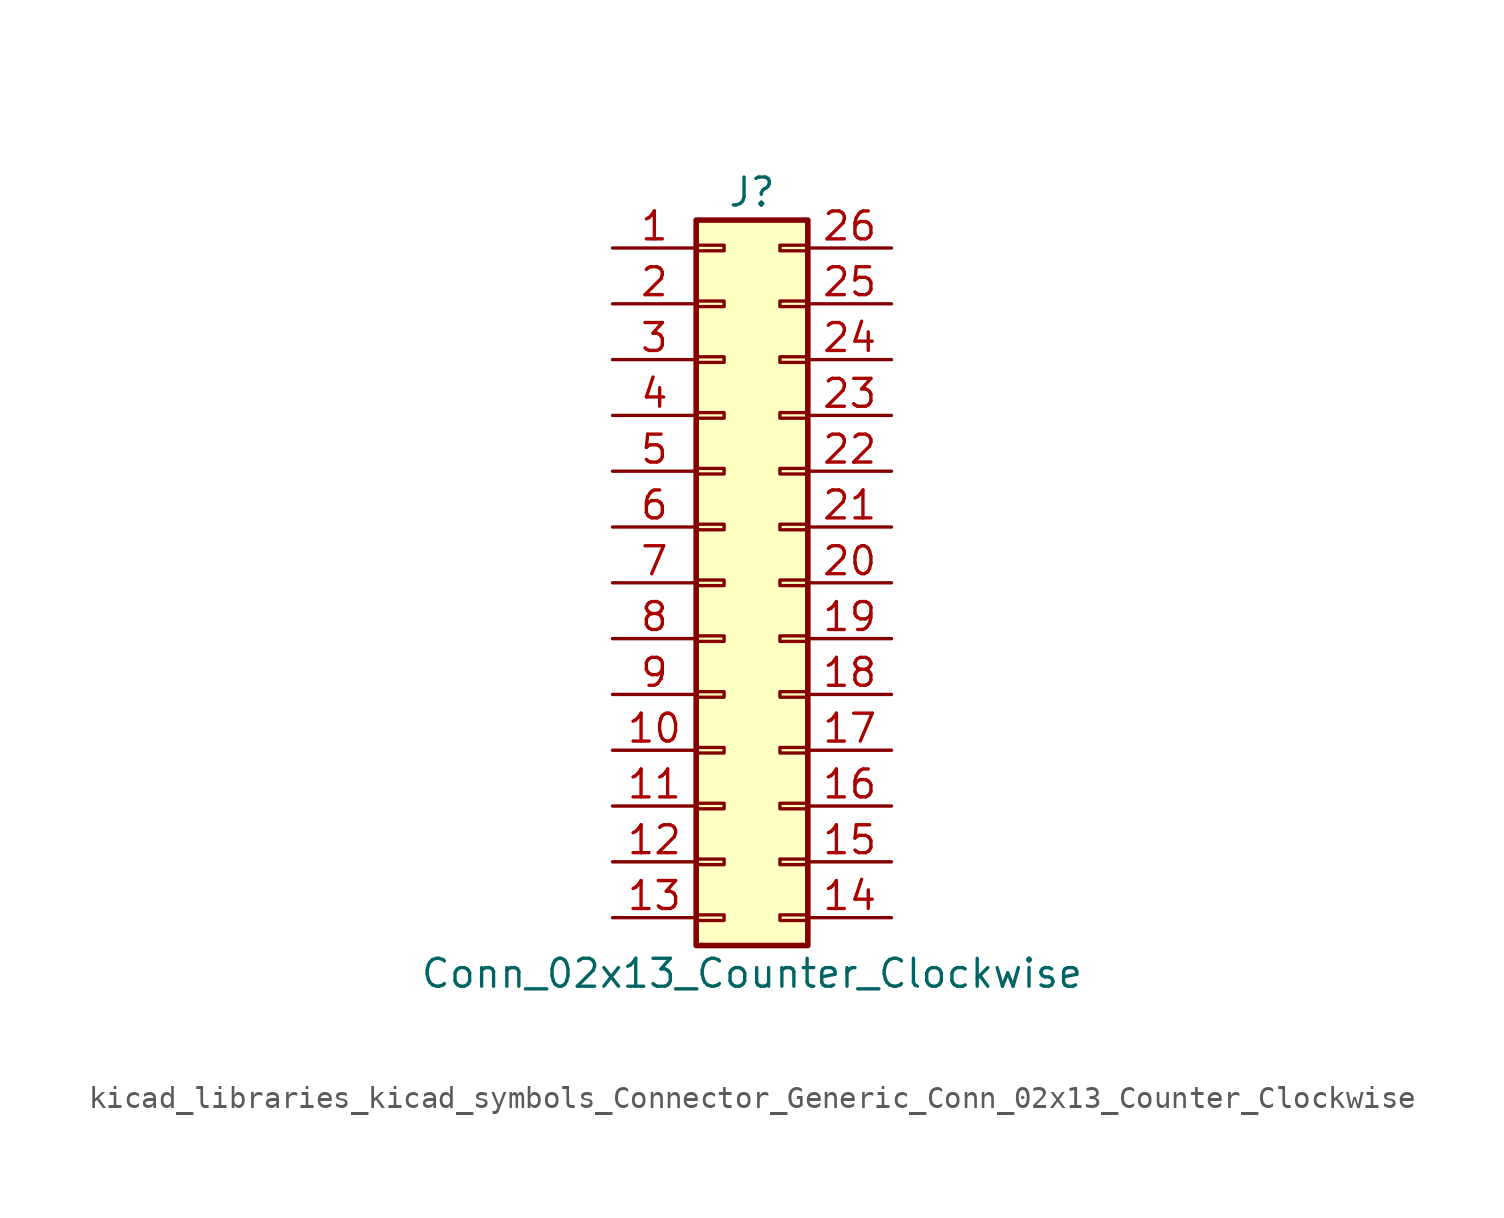
<source format=kicad_sym>
(kicad_symbol_lib
  (version 20220914)
  (generator kicad_symbol_editor)
  (symbol "kicad_libraries_kicad_symbols_Connector_Generic_Conn_02x13_Counter_Clockwise"
    (pin_names
      (offset 1.016) hide)
    (property "Reference" "J"
      (at 1.27 17.78 0)
      (effects (font (size 1.27 1.27))))
    (property "Value" "Conn_02x13_Counter_Clockwise"
      (at 1.27 -17.78 0)
      (effects (font (size 1.27 1.27))))
    (symbol "kicad_libraries_kicad_symbols_Connector_Generic_Conn_02x13_Counter_Clockwise_1_1"
      (rectangle (start -1.27 -15.113) (end 0 -15.367) (stroke (width 0.152) (type default)) (fill (type none)))
      (rectangle (start -1.27 -12.573) (end 0 -12.827) (stroke (width 0.152) (type default)) (fill (type none)))
      (rectangle (start -1.27 -10.033) (end 0 -10.287) (stroke (width 0.152) (type default)) (fill (type none)))
      (rectangle (start -1.27 -7.493) (end 0 -7.747) (stroke (width 0.152) (type default)) (fill (type none)))
      (rectangle (start -1.27 -4.953) (end 0 -5.207) (stroke (width 0.152) (type default)) (fill (type none)))
      (rectangle (start -1.27 -2.413) (end 0 -2.667) (stroke (width 0.152) (type default)) (fill (type none)))
      (rectangle (start -1.27 0.127) (end 0 -0.127) (stroke (width 0.152) (type default)) (fill (type none)))
      (rectangle (start -1.27 2.667) (end 0 2.413) (stroke (width 0.152) (type default)) (fill (type none)))
      (rectangle (start -1.27 5.207) (end 0 4.953) (stroke (width 0.152) (type default)) (fill (type none)))
      (rectangle (start -1.27 7.747) (end 0 7.493) (stroke (width 0.152) (type default)) (fill (type none)))
      (rectangle (start -1.27 10.287) (end 0 10.033) (stroke (width 0.152) (type default)) (fill (type none)))
      (rectangle (start -1.27 12.827) (end 0 12.573) (stroke (width 0.152) (type default)) (fill (type none)))
      (rectangle (start -1.27 15.367) (end 0 15.113) (stroke (width 0.152) (type default)) (fill (type none)))
      (rectangle (start -1.27 16.51) (end 3.81 -16.51) (stroke (width 0.254) (type default)) (fill (type background)))
      (rectangle (start 3.81 -15.113) (end 2.54 -15.367) (stroke (width 0.152) (type default)) (fill (type none)))
      (rectangle (start 3.81 -12.573) (end 2.54 -12.827) (stroke (width 0.152) (type default)) (fill (type none)))
      (rectangle (start 3.81 -10.033) (end 2.54 -10.287) (stroke (width 0.152) (type default)) (fill (type none)))
      (rectangle (start 3.81 -7.493) (end 2.54 -7.747) (stroke (width 0.152) (type default)) (fill (type none)))
      (rectangle (start 3.81 -4.953) (end 2.54 -5.207) (stroke (width 0.152) (type default)) (fill (type none)))
      (rectangle (start 3.81 -2.413) (end 2.54 -2.667) (stroke (width 0.152) (type default)) (fill (type none)))
      (rectangle (start 3.81 0.127) (end 2.54 -0.127) (stroke (width 0.152) (type default)) (fill (type none)))
      (rectangle (start 3.81 2.667) (end 2.54 2.413) (stroke (width 0.152) (type default)) (fill (type none)))
      (rectangle (start 3.81 5.207) (end 2.54 4.953) (stroke (width 0.152) (type default)) (fill (type none)))
      (rectangle (start 3.81 7.747) (end 2.54 7.493) (stroke (width 0.152) (type default)) (fill (type none)))
      (rectangle (start 3.81 10.287) (end 2.54 10.033) (stroke (width 0.152) (type default)) (fill (type none)))
      (rectangle (start 3.81 12.827) (end 2.54 12.573) (stroke (width 0.152) (type default)) (fill (type none)))
      (rectangle (start 3.81 15.367) (end 2.54 15.113) (stroke (width 0.152) (type default)) (fill (type none)))
      (pin passive line (at -5.08 15.24 0) (length 3.81) (name "Pin_1" (effects (font (size 1.27 1.27)))) (number "1" (effects (font (size 1.27 1.27)))))
      (pin passive line (at -5.08 -7.62 0) (length 3.81) (name "Pin_10" (effects (font (size 1.27 1.27)))) (number "10" (effects (font (size 1.27 1.27)))))
      (pin passive line (at -5.08 -10.16 0) (length 3.81) (name "Pin_11" (effects (font (size 1.27 1.27)))) (number "11" (effects (font (size 1.27 1.27)))))
      (pin passive line (at -5.08 -12.7 0) (length 3.81) (name "Pin_12" (effects (font (size 1.27 1.27)))) (number "12" (effects (font (size 1.27 1.27)))))
      (pin passive line (at -5.08 -15.24 0) (length 3.81) (name "Pin_13" (effects (font (size 1.27 1.27)))) (number "13" (effects (font (size 1.27 1.27)))))
      (pin passive line (at 7.62 -15.24 180) (length 3.81) (name "Pin_14" (effects (font (size 1.27 1.27)))) (number "14" (effects (font (size 1.27 1.27)))))
      (pin passive line (at 7.62 -12.7 180) (length 3.81) (name "Pin_15" (effects (font (size 1.27 1.27)))) (number "15" (effects (font (size 1.27 1.27)))))
      (pin passive line (at 7.62 -10.16 180) (length 3.81) (name "Pin_16" (effects (font (size 1.27 1.27)))) (number "16" (effects (font (size 1.27 1.27)))))
      (pin passive line (at 7.62 -7.62 180) (length 3.81) (name "Pin_17" (effects (font (size 1.27 1.27)))) (number "17" (effects (font (size 1.27 1.27)))))
      (pin passive line (at 7.62 -5.08 180) (length 3.81) (name "Pin_18" (effects (font (size 1.27 1.27)))) (number "18" (effects (font (size 1.27 1.27)))))
      (pin passive line (at 7.62 -2.54 180) (length 3.81) (name "Pin_19" (effects (font (size 1.27 1.27)))) (number "19" (effects (font (size 1.27 1.27)))))
      (pin passive line (at -5.08 12.7 0) (length 3.81) (name "Pin_2" (effects (font (size 1.27 1.27)))) (number "2" (effects (font (size 1.27 1.27)))))
      (pin passive line (at 7.62 0 180) (length 3.81) (name "Pin_20" (effects (font (size 1.27 1.27)))) (number "20" (effects (font (size 1.27 1.27)))))
      (pin passive line (at 7.62 2.54 180) (length 3.81) (name "Pin_21" (effects (font (size 1.27 1.27)))) (number "21" (effects (font (size 1.27 1.27)))))
      (pin passive line (at 7.62 5.08 180) (length 3.81) (name "Pin_22" (effects (font (size 1.27 1.27)))) (number "22" (effects (font (size 1.27 1.27)))))
      (pin passive line (at 7.62 7.62 180) (length 3.81) (name "Pin_23" (effects (font (size 1.27 1.27)))) (number "23" (effects (font (size 1.27 1.27)))))
      (pin passive line (at 7.62 10.16 180) (length 3.81) (name "Pin_24" (effects (font (size 1.27 1.27)))) (number "24" (effects (font (size 1.27 1.27)))))
      (pin passive line (at 7.62 12.7 180) (length 3.81) (name "Pin_25" (effects (font (size 1.27 1.27)))) (number "25" (effects (font (size 1.27 1.27)))))
      (pin passive line (at 7.62 15.24 180) (length 3.81) (name "Pin_26" (effects (font (size 1.27 1.27)))) (number "26" (effects (font (size 1.27 1.27)))))
      (pin passive line (at -5.08 10.16 0) (length 3.81) (name "Pin_3" (effects (font (size 1.27 1.27)))) (number "3" (effects (font (size 1.27 1.27)))))
      (pin passive line (at -5.08 7.62 0) (length 3.81) (name "Pin_4" (effects (font (size 1.27 1.27)))) (number "4" (effects (font (size 1.27 1.27)))))
      (pin passive line (at -5.08 5.08 0) (length 3.81) (name "Pin_5" (effects (font (size 1.27 1.27)))) (number "5" (effects (font (size 1.27 1.27)))))
      (pin passive line (at -5.08 2.54 0) (length 3.81) (name "Pin_6" (effects (font (size 1.27 1.27)))) (number "6" (effects (font (size 1.27 1.27)))))
      (pin passive line (at -5.08 0 0) (length 3.81) (name "Pin_7" (effects (font (size 1.27 1.27)))) (number "7" (effects (font (size 1.27 1.27)))))
      (pin passive line (at -5.08 -2.54 0) (length 3.81) (name "Pin_8" (effects (font (size 1.27 1.27)))) (number "8" (effects (font (size 1.27 1.27)))))
      (pin passive line (at -5.08 -5.08 0) (length 3.81) (name "Pin_9" (effects (font (size 1.27 1.27)))) (number "9" (effects (font (size 1.27 1.27))))))))
</source>
